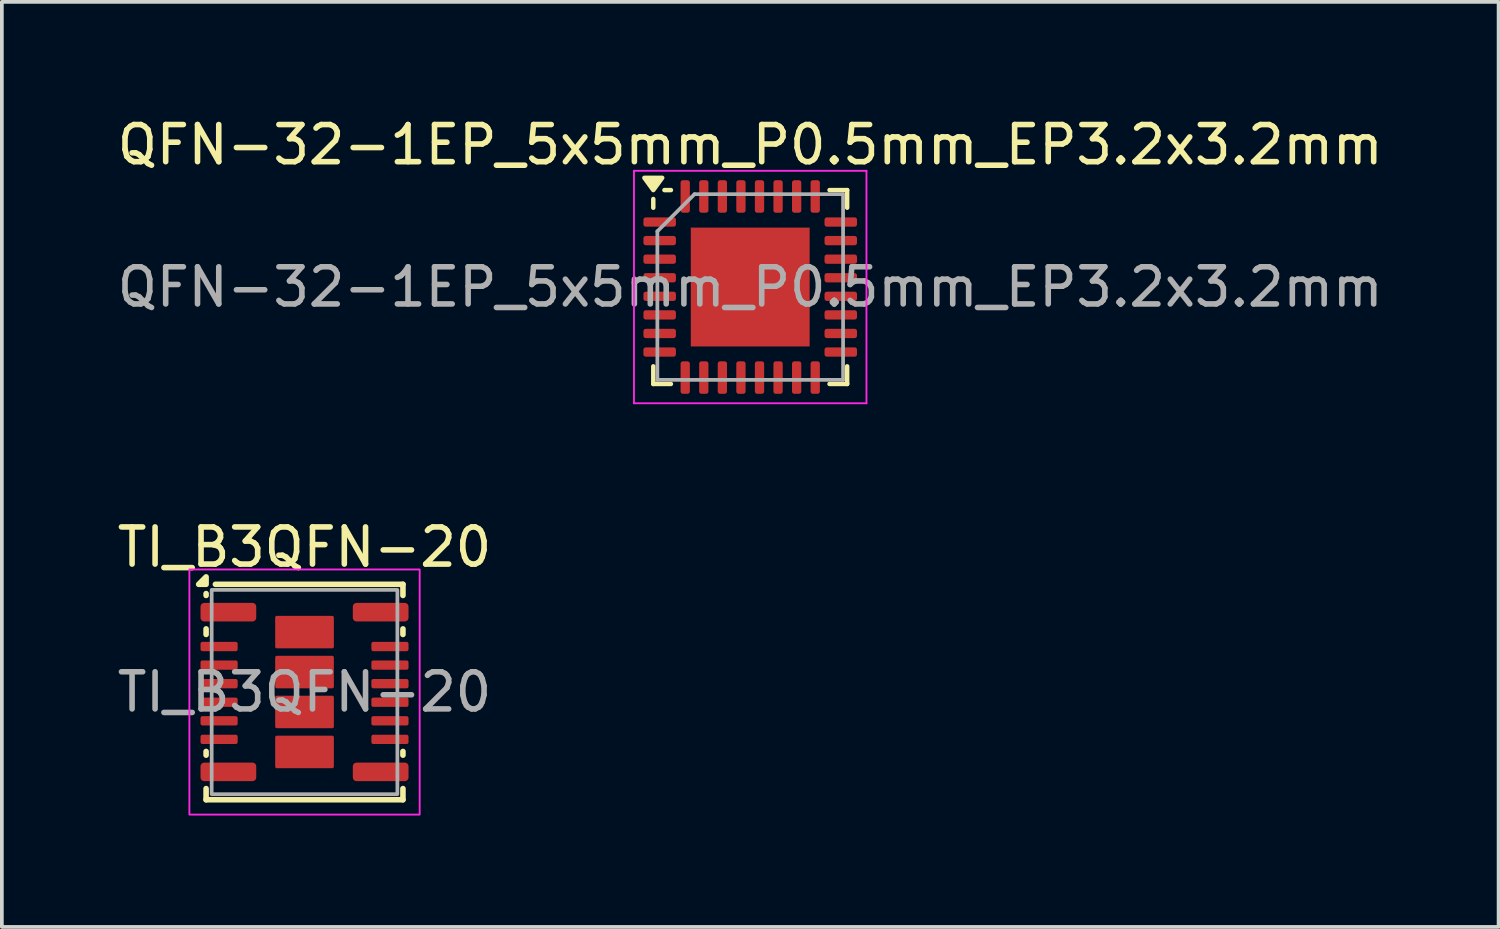
<source format=kicad_pcb>
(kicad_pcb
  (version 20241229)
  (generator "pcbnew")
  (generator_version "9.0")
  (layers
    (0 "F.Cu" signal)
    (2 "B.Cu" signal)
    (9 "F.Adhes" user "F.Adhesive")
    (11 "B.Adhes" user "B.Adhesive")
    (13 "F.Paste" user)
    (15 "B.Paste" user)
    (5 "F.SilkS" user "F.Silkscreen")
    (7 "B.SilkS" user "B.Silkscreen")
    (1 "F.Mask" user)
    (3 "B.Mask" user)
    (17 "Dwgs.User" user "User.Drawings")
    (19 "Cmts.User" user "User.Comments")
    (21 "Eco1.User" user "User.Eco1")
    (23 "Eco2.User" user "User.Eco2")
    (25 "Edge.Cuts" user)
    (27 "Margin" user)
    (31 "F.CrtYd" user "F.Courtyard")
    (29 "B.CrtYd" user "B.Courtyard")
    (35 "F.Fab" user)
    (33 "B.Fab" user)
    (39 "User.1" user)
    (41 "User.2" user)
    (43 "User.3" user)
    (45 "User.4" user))
  (footprint "TI_B3QFN-20"
    (layer "F.Cu")
    (at 5.149 15.582)
    (property "Reference" "TI_B3QFN-20" (at 0 -3.9 0) (unlocked yes) (layer "F.SilkS") (effects (font (size 1 1) (thickness 0.15))))
    (attr smd)
    (fp_line (start -2.65 -2.6) (end -2.65 -2.65) (stroke (width 0.15) (type default)) (layer "F.SilkS"))
    (fp_line (start -2.65 -1.7) (end -2.65 -1.55) (stroke (width 0.15) (type default)) (layer "F.SilkS"))
    (fp_line (start -2.65 1.6) (end -2.65 1.7) (stroke (width 0.15) (type default)) (layer "F.SilkS"))
    (fp_line (start -2.65 2.6) (end -2.65 2.9) (stroke (width 0.15) (type default)) (layer "F.SilkS"))
    (fp_line (start -2.65 2.9) (end 2.65 2.9) (stroke (width 0.15) (type default)) (layer "F.SilkS"))
    (fp_line (start -2.4 -2.9) (end 2.65 -2.9) (stroke (width 0.15) (type default)) (layer "F.SilkS"))
    (fp_line (start 2.65 -2.9) (end 2.65 -2.6) (stroke (width 0.15) (type default)) (layer "F.SilkS"))
    (fp_line (start 2.65 -1.7) (end 2.65 -1.55) (stroke (width 0.15) (type default)) (layer "F.SilkS"))
    (fp_line (start 2.65 1.6) (end 2.65 1.7) (stroke (width 0.15) (type default)) (layer "F.SilkS"))
    (fp_line (start 2.65 2.9) (end 2.65 2.6) (stroke (width 0.15) (type default)) (layer "F.SilkS"))
    (fp_poly (pts (xy -2.65 -2.9) (xy -2.65 -3.1) (xy -2.85 -2.9)) (stroke (width 0.15) (type solid)) (fill yes) (layer "F.SilkS"))
    (fp_rect (start -3.1 -3.3) (end 3.1 3.3) (stroke (width 0.05) (type default)) (fill no) (layer "F.CrtYd"))
    (fp_rect (start -2.5 -2.75) (end 2.5 2.75) (stroke (width 0.1) (type default)) (fill no) (layer "F.Fab"))
    (fp_text user "${REFERENCE}" (at 0 0 0) (unlocked yes) (layer "F.Fab") (effects (font (size 1 1) (thickness 0.15))))
    (pad "1" smd roundrect (at -2.05 -2.15) (size 1.5 0.5) (layers "F.Cu" "F.Mask" "F.Paste") (roundrect_rratio 0.2))
    (pad "2" smd roundrect (at -2.3 -1.225) (size 1 0.25) (layers "F.Cu" "F.Mask" "F.Paste") (roundrect_rratio 0.2))
    (pad "3" smd roundrect (at -2.3 -0.725) (size 1 0.25) (layers "F.Cu" "F.Mask" "F.Paste") (roundrect_rratio 0.2))
    (pad "4" smd roundrect (at -2.3 -0.225) (size 1 0.25) (layers "F.Cu" "F.Mask" "F.Paste") (roundrect_rratio 0.2))
    (pad "5" smd roundrect (at -2.3 0.275) (size 1 0.25) (layers "F.Cu" "F.Mask" "F.Paste") (roundrect_rratio 0.2))
    (pad "6" smd roundrect (at -2.3 0.775) (size 1 0.25) (layers "F.Cu" "F.Mask" "F.Paste") (roundrect_rratio 0.2))
    (pad "7" smd roundrect (at -2.3 1.275) (size 1 0.25) (layers "F.Cu" "F.Mask" "F.Paste") (roundrect_rratio 0.2))
    (pad "8" smd roundrect (at -2.05 2.15) (size 1.5 0.5) (layers "F.Cu" "F.Mask" "F.Paste") (roundrect_rratio 0.2))
    (pad "9" smd roundrect (at 2.05 2.15) (size 1.5 0.5) (layers "F.Cu" "F.Mask" "F.Paste") (roundrect_rratio 0.2))
    (pad "10" smd roundrect (at 2.3 1.275) (size 1 0.25) (layers "F.Cu" "F.Mask" "F.Paste") (roundrect_rratio 0.2))
    (pad "11" smd roundrect (at 2.3 0.775) (size 1 0.25) (layers "F.Cu" "F.Mask" "F.Paste") (roundrect_rratio 0.2))
    (pad "12" smd roundrect (at 2.3 0.275) (size 1 0.25) (layers "F.Cu" "F.Mask" "F.Paste") (roundrect_rratio 0.2))
    (pad "13" smd roundrect (at 2.3 -0.225) (size 1 0.25) (layers "F.Cu" "F.Mask" "F.Paste") (roundrect_rratio 0.2))
    (pad "14" smd roundrect (at 2.3 -0.725) (size 1 0.25) (layers "F.Cu" "F.Mask" "F.Paste") (roundrect_rratio 0.2))
    (pad "15" smd roundrect (at 2.3 -1.225) (size 1 0.25) (layers "F.Cu" "F.Mask" "F.Paste") (roundrect_rratio 0.2))
    (pad "16" smd roundrect (at 2.05 -2.15) (size 1.5 0.5) (layers "F.Cu" "F.Mask" "F.Paste") (roundrect_rratio 0.2))
    (pad "17" smd roundrect (at 0 -1.613) (size 1.58 0.875) (layers "F.Cu" "F.Mask" "F.Paste") (roundrect_rratio 0.05))
    (pad "18" smd roundrect (at 0 -0.537) (size 1.58 0.875) (layers "F.Cu" "F.Mask" "F.Paste") (roundrect_rratio 0.05))
    (pad "19" smd roundrect (at 0 0.537) (size 1.58 0.875) (layers "F.Cu" "F.Mask" "F.Paste") (roundrect_rratio 0.05))
    (pad "20" smd roundrect (at 0 1.613) (size 1.58 0.875) (layers "F.Cu" "F.Mask" "F.Paste") (roundrect_rratio 0.05)))
  (footprint "QFN-32-1EP_5x5mm_P0.5mm_EP3.2x3.2mm"
    (layer "F.Cu")
    (at 17.149 4.678)
    (property "Reference" "QFN-32-1EP_5x5mm_P0.5mm_EP3.2x3.2mm" (at 0 -3.83 0) (layer "F.SilkS") (effects (font (size 1 1) (thickness 0.15))))
    (attr smd)
    (fp_line (start -2.61 -2.135) (end -2.61 -2.37) (stroke (width 0.12) (type solid)) (layer "F.SilkS"))
    (fp_line (start -2.61 2.61) (end -2.61 2.135) (stroke (width 0.12) (type solid)) (layer "F.SilkS"))
    (fp_line (start -2.135 -2.61) (end -2.31 -2.61) (stroke (width 0.12) (type solid)) (layer "F.SilkS"))
    (fp_line (start -2.135 2.61) (end -2.61 2.61) (stroke (width 0.12) (type solid)) (layer "F.SilkS"))
    (fp_line (start 2.135 -2.61) (end 2.61 -2.61) (stroke (width 0.12) (type solid)) (layer "F.SilkS"))
    (fp_line (start 2.135 2.61) (end 2.61 2.61) (stroke (width 0.12) (type solid)) (layer "F.SilkS"))
    (fp_line (start 2.61 -2.61) (end 2.61 -2.135) (stroke (width 0.12) (type solid)) (layer "F.SilkS"))
    (fp_line (start 2.61 2.61) (end 2.61 2.135) (stroke (width 0.12) (type solid)) (layer "F.SilkS"))
    (fp_poly (pts (xy -2.61 -2.61) (xy -2.85 -2.94) (xy -2.37 -2.94) (xy -2.61 -2.61)) (stroke (width 0.12) (type solid)) (fill yes) (layer "F.SilkS"))
    (fp_line (start -3.13 -3.13) (end -3.13 3.13) (stroke (width 0.05) (type solid)) (layer "F.CrtYd"))
    (fp_line (start -3.13 3.13) (end 3.13 3.13) (stroke (width 0.05) (type solid)) (layer "F.CrtYd"))
    (fp_line (start 3.13 -3.13) (end -3.13 -3.13) (stroke (width 0.05) (type solid)) (layer "F.CrtYd"))
    (fp_line (start 3.13 3.13) (end 3.13 -3.13) (stroke (width 0.05) (type solid)) (layer "F.CrtYd"))
    (fp_line (start -2.5 -1.5) (end -1.5 -2.5) (stroke (width 0.1) (type solid)) (layer "F.Fab"))
    (fp_line (start -2.5 2.5) (end -2.5 -1.5) (stroke (width 0.1) (type solid)) (layer "F.Fab"))
    (fp_line (start -1.5 -2.5) (end 2.5 -2.5) (stroke (width 0.1) (type solid)) (layer "F.Fab"))
    (fp_line (start 2.5 -2.5) (end 2.5 2.5) (stroke (width 0.1) (type solid)) (layer "F.Fab"))
    (fp_line (start 2.5 2.5) (end -2.5 2.5) (stroke (width 0.1) (type solid)) (layer "F.Fab"))
    (fp_text user "${REFERENCE}" (at 0 0 0) (layer "F.Fab") (effects (font (size 1 1) (thickness 0.15))))
    (pad "" smd roundrect (at -1.1 -1.1) (size 0.89 0.89) (layers "F.Paste") (roundrect_rratio 0.25))
    (pad "" smd roundrect (at -1.1 0) (size 0.89 0.89) (layers "F.Paste") (roundrect_rratio 0.25))
    (pad "" smd roundrect (at -1.1 1.1) (size 0.89 0.89) (layers "F.Paste") (roundrect_rratio 0.25))
    (pad "" smd roundrect (at 0 -1.1) (size 0.89 0.89) (layers "F.Paste") (roundrect_rratio 0.25))
    (pad "" smd roundrect (at 0 0) (size 0.89 0.89) (layers "F.Paste") (roundrect_rratio 0.25))
    (pad "" smd roundrect (at 0 1.1) (size 0.89 0.89) (layers "F.Paste") (roundrect_rratio 0.25))
    (pad "" smd roundrect (at 1.1 -1.1) (size 0.89 0.89) (layers "F.Paste") (roundrect_rratio 0.25))
    (pad "" smd roundrect (at 1.1 0) (size 0.89 0.89) (layers "F.Paste") (roundrect_rratio 0.25))
    (pad "" smd roundrect (at 1.1 1.1) (size 0.89 0.89) (layers "F.Paste") (roundrect_rratio 0.25))
    (pad "1" smd roundrect (at -2.438 -1.75) (size 0.875 0.25) (layers "F.Cu" "F.Mask" "F.Paste") (roundrect_rratio 0.25))
    (pad "2" smd roundrect (at -2.438 -1.25) (size 0.875 0.25) (layers "F.Cu" "F.Mask" "F.Paste") (roundrect_rratio 0.25))
    (pad "3" smd roundrect (at -2.438 -0.75) (size 0.875 0.25) (layers "F.Cu" "F.Mask" "F.Paste") (roundrect_rratio 0.25))
    (pad "4" smd roundrect (at -2.438 -0.25) (size 0.875 0.25) (layers "F.Cu" "F.Mask" "F.Paste") (roundrect_rratio 0.25))
    (pad "5" smd roundrect (at -2.438 0.25) (size 0.875 0.25) (layers "F.Cu" "F.Mask" "F.Paste") (roundrect_rratio 0.25))
    (pad "6" smd roundrect (at -2.438 0.75) (size 0.875 0.25) (layers "F.Cu" "F.Mask" "F.Paste") (roundrect_rratio 0.25))
    (pad "7" smd roundrect (at -2.438 1.25) (size 0.875 0.25) (layers "F.Cu" "F.Mask" "F.Paste") (roundrect_rratio 0.25))
    (pad "8" smd roundrect (at -2.438 1.75) (size 0.875 0.25) (layers "F.Cu" "F.Mask" "F.Paste") (roundrect_rratio 0.25))
    (pad "9" smd roundrect (at -1.75 2.438) (size 0.25 0.875) (layers "F.Cu" "F.Mask" "F.Paste") (roundrect_rratio 0.25))
    (pad "10" smd roundrect (at -1.25 2.438) (size 0.25 0.875) (layers "F.Cu" "F.Mask" "F.Paste") (roundrect_rratio 0.25))
    (pad "11" smd roundrect (at -0.75 2.438) (size 0.25 0.875) (layers "F.Cu" "F.Mask" "F.Paste") (roundrect_rratio 0.25))
    (pad "12" smd roundrect (at -0.25 2.438) (size 0.25 0.875) (layers "F.Cu" "F.Mask" "F.Paste") (roundrect_rratio 0.25))
    (pad "13" smd roundrect (at 0.25 2.438) (size 0.25 0.875) (layers "F.Cu" "F.Mask" "F.Paste") (roundrect_rratio 0.25))
    (pad "14" smd roundrect (at 0.75 2.438) (size 0.25 0.875) (layers "F.Cu" "F.Mask" "F.Paste") (roundrect_rratio 0.25))
    (pad "15" smd roundrect (at 1.25 2.438) (size 0.25 0.875) (layers "F.Cu" "F.Mask" "F.Paste") (roundrect_rratio 0.25))
    (pad "16" smd roundrect (at 1.75 2.438) (size 0.25 0.875) (layers "F.Cu" "F.Mask" "F.Paste") (roundrect_rratio 0.25))
    (pad "17" smd roundrect (at 2.438 1.75) (size 0.875 0.25) (layers "F.Cu" "F.Mask" "F.Paste") (roundrect_rratio 0.25))
    (pad "18" smd roundrect (at 2.438 1.25) (size 0.875 0.25) (layers "F.Cu" "F.Mask" "F.Paste") (roundrect_rratio 0.25))
    (pad "19" smd roundrect (at 2.438 0.75) (size 0.875 0.25) (layers "F.Cu" "F.Mask" "F.Paste") (roundrect_rratio 0.25))
    (pad "20" smd roundrect (at 2.438 0.25) (size 0.875 0.25) (layers "F.Cu" "F.Mask" "F.Paste") (roundrect_rratio 0.25))
    (pad "21" smd roundrect (at 2.438 -0.25) (size 0.875 0.25) (layers "F.Cu" "F.Mask" "F.Paste") (roundrect_rratio 0.25))
    (pad "22" smd roundrect (at 2.438 -0.75) (size 0.875 0.25) (layers "F.Cu" "F.Mask" "F.Paste") (roundrect_rratio 0.25))
    (pad "23" smd roundrect (at 2.438 -1.25) (size 0.875 0.25) (layers "F.Cu" "F.Mask" "F.Paste") (roundrect_rratio 0.25))
    (pad "24" smd roundrect (at 2.438 -1.75) (size 0.875 0.25) (layers "F.Cu" "F.Mask" "F.Paste") (roundrect_rratio 0.25))
    (pad "25" smd roundrect (at 1.75 -2.438) (size 0.25 0.875) (layers "F.Cu" "F.Mask" "F.Paste") (roundrect_rratio 0.25))
    (pad "26" smd roundrect (at 1.25 -2.438) (size 0.25 0.875) (layers "F.Cu" "F.Mask" "F.Paste") (roundrect_rratio 0.25))
    (pad "27" smd roundrect (at 0.75 -2.438) (size 0.25 0.875) (layers "F.Cu" "F.Mask" "F.Paste") (roundrect_rratio 0.25))
    (pad "28" smd roundrect (at 0.25 -2.438) (size 0.25 0.875) (layers "F.Cu" "F.Mask" "F.Paste") (roundrect_rratio 0.25))
    (pad "29" smd roundrect (at -0.25 -2.438) (size 0.25 0.875) (layers "F.Cu" "F.Mask" "F.Paste") (roundrect_rratio 0.25))
    (pad "30" smd roundrect (at -0.75 -2.438) (size 0.25 0.875) (layers "F.Cu" "F.Mask" "F.Paste") (roundrect_rratio 0.25))
    (pad "31" smd roundrect (at -1.25 -2.438) (size 0.25 0.875) (layers "F.Cu" "F.Mask" "F.Paste") (roundrect_rratio 0.25))
    (pad "32" smd roundrect (at -1.75 -2.438) (size 0.25 0.875) (layers "F.Cu" "F.Mask" "F.Paste") (roundrect_rratio 0.25))
    (pad "33" smd rect (at 0 0) (size 3.2 3.2) (property pad_prop_heatsink) (layers "F.Cu" "F.Mask")))
  (gr_rect
    (start -3 -3)
    (end 37.298 21.907)
    (stroke (width 0.1) (type default))
    (fill no)
    (layer "Edge.Cuts")))
</source>
